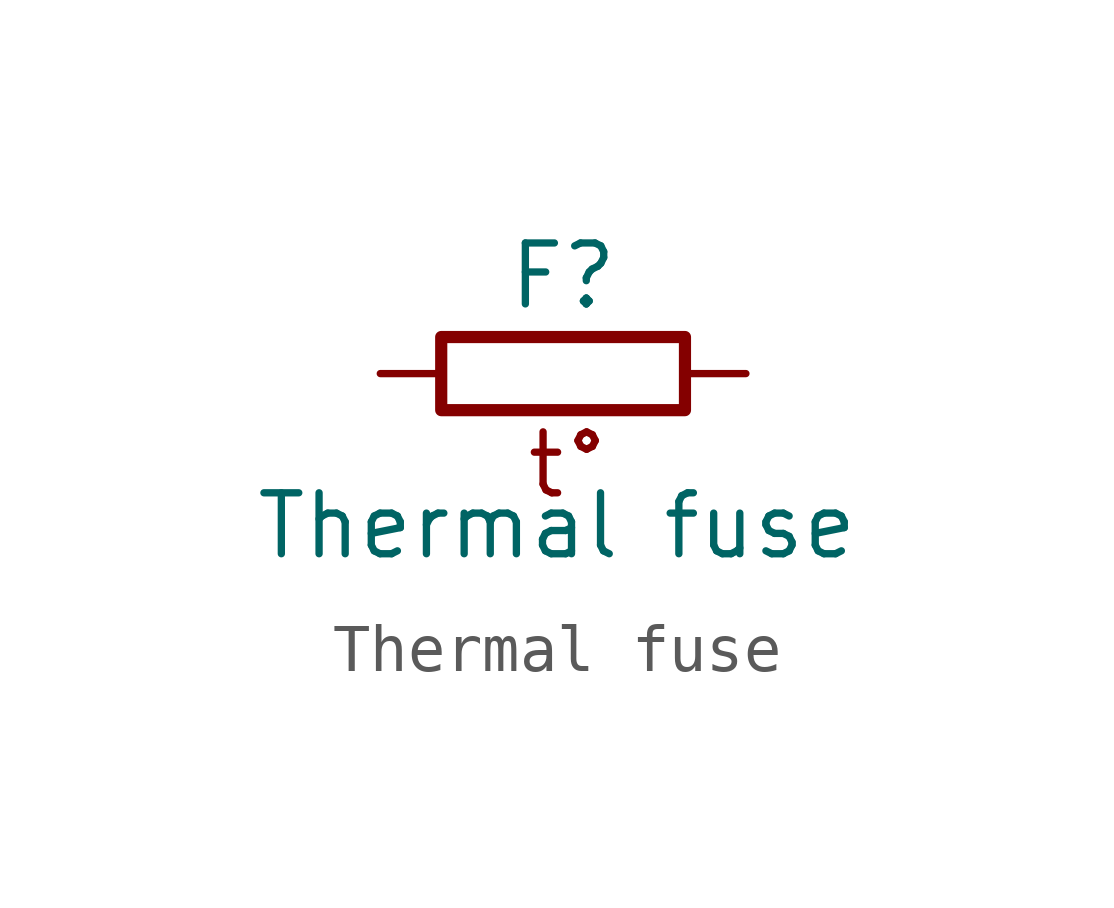
<source format=kicad_sym>
(kicad_symbol_lib
  (version 20231120)
  (generator "kicad_symbol_editor")
  (generator_version "8.0")
  (symbol "Thermal fuse"
    (pin_numbers hide)
    (pin_names
      (offset 0))
    (property "Reference" "F"
      (at 0.127 1.905 0)
      (effects (font (size 1.27 1.27))))
    (property "Value" "Thermal fuse"
      (at 0 -3.302 0)
      (effects (font (size 1.27 1.27))))
    (symbol "Thermal fuse_0_1"
      (rectangle (start -2.413 0.635) (end 2.667 -0.889) (stroke (width 0.254) (type default)) (fill (type none))))
    (symbol "Thermal fuse_1_1"
      (text "t°" (at 0.254 -2.032 0) (effects (font (size 1.27 1.27))))
      (pin passive line (at -3.683 -0.127 0) (length 1.27) (name "~" (effects (font (size 1.27 1.27)))) (number "1" (effects (font (size 1.27 1.27)))))
      (pin passive line (at 3.937 -0.127 180) (length 1.27) (name "~" (effects (font (size 1.27 1.27)))) (number "2" (effects (font (size 1.27 1.27))))))))
</source>
